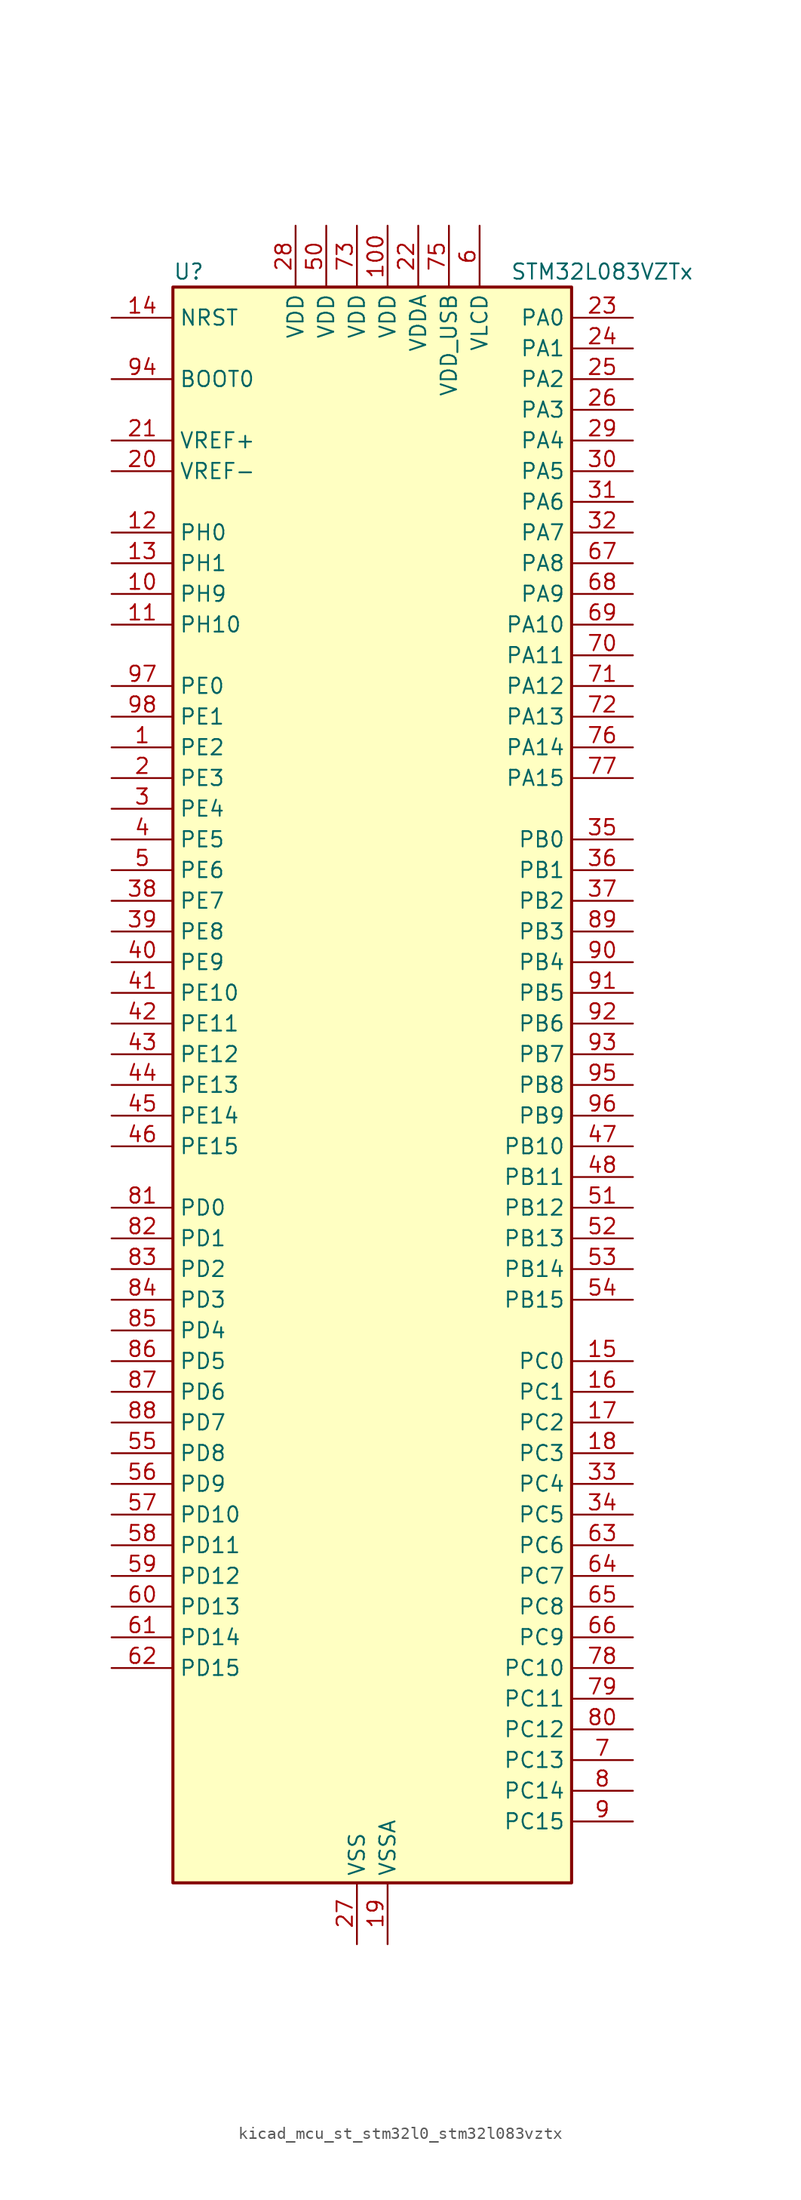
<source format=kicad_sym>
(kicad_symbol_lib
  (version 20220914)
  (generator kicad_symbol_editor)
  (symbol "kicad_mcu_st_stm32l0_stm32l083vztx"
    (property "Reference" "U"
      (at -15.24 67.31 0)
      (effects (font (size 1.27 1.27)) (justify left)))
    (property "Value" "STM32L083VZTx"
      (at 12.7 67.31 0)
      (effects (font (size 1.27 1.27)) (justify left)))
    (property "ki_locked" ""
      (at 0 0 0)
      (effects (font (size 1.27 1.27))))
    (symbol "kicad_mcu_st_stm32l0_stm32l083vztx_0_1"
      (rectangle (start -15.24 -66.04) (end 17.78 66.04) (stroke (width 0.254) (type default)) (fill (type background))))
    (symbol "kicad_mcu_st_stm32l0_stm32l083vztx_1_1"
      (pin bidirectional line (at -20.32 27.94 0) (length 5.08) (name "PE2" (effects (font (size 1.27 1.27)))) (number "1" (effects (font (size 1.27 1.27)))) (alternate "LCD_SEG38" bidirectional line) (alternate "TIM3_ETR" bidirectional line))
      (pin bidirectional line (at -20.32 40.64 0) (length 5.08) (name "PH9" (effects (font (size 1.27 1.27)))) (number "10" (effects (font (size 1.27 1.27)))) (alternate "DAC_EXTI9" bidirectional line))
      (pin power_in line (at 2.54 71.12 270) (length 5.08) (name "VDD" (effects (font (size 1.27 1.27)))) (number "100" (effects (font (size 1.27 1.27)))))
      (pin bidirectional line (at -20.32 38.1 0) (length 5.08) (name "PH10" (effects (font (size 1.27 1.27)))) (number "11" (effects (font (size 1.27 1.27)))))
      (pin bidirectional line (at -20.32 45.72 0) (length 5.08) (name "PH0" (effects (font (size 1.27 1.27)))) (number "12" (effects (font (size 1.27 1.27)))) (alternate "CRS_SYNC" bidirectional line) (alternate "RCC_OSC_IN" bidirectional line))
      (pin bidirectional line (at -20.32 43.18 0) (length 5.08) (name "PH1" (effects (font (size 1.27 1.27)))) (number "13" (effects (font (size 1.27 1.27)))) (alternate "RCC_OSC_OUT" bidirectional line))
      (pin input line (at -20.32 63.5 0) (length 5.08) (name "NRST" (effects (font (size 1.27 1.27)))) (number "14" (effects (font (size 1.27 1.27)))))
      (pin bidirectional line (at 22.86 -22.86 180) (length 5.08) (name "PC0" (effects (font (size 1.27 1.27)))) (number "15" (effects (font (size 1.27 1.27)))) (alternate "ADC_IN10" bidirectional line) (alternate "I2C3_SCL" bidirectional line) (alternate "LCD_SEG18" bidirectional line) (alternate "LPTIM1_IN1" bidirectional line) (alternate "LPUART1_RX" bidirectional line) (alternate "TSC_G7_IO1" bidirectional line))
      (pin bidirectional line (at 22.86 -25.4 180) (length 5.08) (name "PC1" (effects (font (size 1.27 1.27)))) (number "16" (effects (font (size 1.27 1.27)))) (alternate "ADC_IN11" bidirectional line) (alternate "I2C3_SDA" bidirectional line) (alternate "LCD_SEG19" bidirectional line) (alternate "LPTIM1_OUT" bidirectional line) (alternate "LPUART1_TX" bidirectional line) (alternate "TSC_G7_IO2" bidirectional line))
      (pin bidirectional line (at 22.86 -27.94 180) (length 5.08) (name "PC2" (effects (font (size 1.27 1.27)))) (number "17" (effects (font (size 1.27 1.27)))) (alternate "ADC_IN12" bidirectional line) (alternate "I2S2_MCK" bidirectional line) (alternate "LCD_SEG20" bidirectional line) (alternate "LPTIM1_IN2" bidirectional line) (alternate "SPI2_MISO" bidirectional line) (alternate "TSC_G7_IO3" bidirectional line))
      (pin bidirectional line (at 22.86 -30.48 180) (length 5.08) (name "PC3" (effects (font (size 1.27 1.27)))) (number "18" (effects (font (size 1.27 1.27)))) (alternate "ADC_IN13" bidirectional line) (alternate "I2S2_SD" bidirectional line) (alternate "LCD_SEG21" bidirectional line) (alternate "LPTIM1_ETR" bidirectional line) (alternate "SPI2_MOSI" bidirectional line) (alternate "TSC_G7_IO4" bidirectional line))
      (pin power_in line (at 2.54 -71.12 90) (length 5.08) (name "VSSA" (effects (font (size 1.27 1.27)))) (number "19" (effects (font (size 1.27 1.27)))))
      (pin bidirectional line (at -20.32 25.4 0) (length 5.08) (name "PE3" (effects (font (size 1.27 1.27)))) (number "2" (effects (font (size 1.27 1.27)))) (alternate "LCD_SEG39" bidirectional line) (alternate "TIM22_CH1" bidirectional line) (alternate "TIM3_CH1" bidirectional line))
      (pin input line (at -20.32 50.8 0) (length 5.08) (name "VREF-" (effects (font (size 1.27 1.27)))) (number "20" (effects (font (size 1.27 1.27)))))
      (pin input line (at -20.32 53.34 0) (length 5.08) (name "VREF+" (effects (font (size 1.27 1.27)))) (number "21" (effects (font (size 1.27 1.27)))))
      (pin power_in line (at 5.08 71.12 270) (length 5.08) (name "VDDA" (effects (font (size 1.27 1.27)))) (number "22" (effects (font (size 1.27 1.27)))))
      (pin bidirectional line (at 22.86 63.5 180) (length 5.08) (name "PA0" (effects (font (size 1.27 1.27)))) (number "23" (effects (font (size 1.27 1.27)))) (alternate "ADC_IN0" bidirectional line) (alternate "COMP1_INM" bidirectional line) (alternate "COMP1_OUT" bidirectional line) (alternate "RTC_TAMP2" bidirectional line) (alternate "SYS_WKUP1" bidirectional line) (alternate "TIM2_CH1" bidirectional line) (alternate "TIM2_ETR" bidirectional line) (alternate "TSC_G1_IO1" bidirectional line) (alternate "USART2_CTS" bidirectional line) (alternate "USART4_TX" bidirectional line))
      (pin bidirectional line (at 22.86 60.96 180) (length 5.08) (name "PA1" (effects (font (size 1.27 1.27)))) (number "24" (effects (font (size 1.27 1.27)))) (alternate "ADC_IN1" bidirectional line) (alternate "COMP1_INP" bidirectional line) (alternate "LCD_SEG0" bidirectional line) (alternate "TIM21_ETR" bidirectional line) (alternate "TIM2_CH2" bidirectional line) (alternate "TSC_G1_IO2" bidirectional line) (alternate "USART2_DE" bidirectional line) (alternate "USART2_RTS" bidirectional line) (alternate "USART4_RX" bidirectional line))
      (pin bidirectional line (at 22.86 58.42 180) (length 5.08) (name "PA2" (effects (font (size 1.27 1.27)))) (number "25" (effects (font (size 1.27 1.27)))) (alternate "ADC_IN2" bidirectional line) (alternate "COMP2_INM" bidirectional line) (alternate "COMP2_OUT" bidirectional line) (alternate "LCD_SEG1" bidirectional line) (alternate "LPUART1_TX" bidirectional line) (alternate "TIM21_CH1" bidirectional line) (alternate "TIM2_CH3" bidirectional line) (alternate "TSC_G1_IO3" bidirectional line) (alternate "USART2_TX" bidirectional line))
      (pin bidirectional line (at 22.86 55.88 180) (length 5.08) (name "PA3" (effects (font (size 1.27 1.27)))) (number "26" (effects (font (size 1.27 1.27)))) (alternate "ADC_IN3" bidirectional line) (alternate "COMP2_INP" bidirectional line) (alternate "LCD_SEG2" bidirectional line) (alternate "LPUART1_RX" bidirectional line) (alternate "TIM21_CH2" bidirectional line) (alternate "TIM2_CH4" bidirectional line) (alternate "TSC_G1_IO4" bidirectional line) (alternate "USART2_RX" bidirectional line))
      (pin power_in line (at 0 -71.12 90) (length 5.08) (name "VSS" (effects (font (size 1.27 1.27)))) (number "27" (effects (font (size 1.27 1.27)))))
      (pin power_in line (at -5.08 71.12 270) (length 5.08) (name "VDD" (effects (font (size 1.27 1.27)))) (number "28" (effects (font (size 1.27 1.27)))))
      (pin bidirectional line (at 22.86 53.34 180) (length 5.08) (name "PA4" (effects (font (size 1.27 1.27)))) (number "29" (effects (font (size 1.27 1.27)))) (alternate "ADC_IN4" bidirectional line) (alternate "COMP1_INM" bidirectional line) (alternate "COMP2_INM" bidirectional line) (alternate "DAC_OUT1" bidirectional line) (alternate "SPI1_NSS" bidirectional line) (alternate "TIM22_ETR" bidirectional line) (alternate "TSC_G2_IO1" bidirectional line) (alternate "USART2_CK" bidirectional line))
      (pin bidirectional line (at -20.32 22.86 0) (length 5.08) (name "PE4" (effects (font (size 1.27 1.27)))) (number "3" (effects (font (size 1.27 1.27)))) (alternate "TIM22_CH2" bidirectional line) (alternate "TIM3_CH2" bidirectional line))
      (pin bidirectional line (at 22.86 50.8 180) (length 5.08) (name "PA5" (effects (font (size 1.27 1.27)))) (number "30" (effects (font (size 1.27 1.27)))) (alternate "ADC_IN5" bidirectional line) (alternate "COMP1_INM" bidirectional line) (alternate "COMP2_INM" bidirectional line) (alternate "DAC_OUT2" bidirectional line) (alternate "SPI1_SCK" bidirectional line) (alternate "TIM2_CH1" bidirectional line) (alternate "TIM2_ETR" bidirectional line) (alternate "TSC_G2_IO2" bidirectional line))
      (pin bidirectional line (at 22.86 48.26 180) (length 5.08) (name "PA6" (effects (font (size 1.27 1.27)))) (number "31" (effects (font (size 1.27 1.27)))) (alternate "ADC_IN6" bidirectional line) (alternate "COMP1_OUT" bidirectional line) (alternate "LCD_SEG3" bidirectional line) (alternate "LPUART1_CTS" bidirectional line) (alternate "SPI1_MISO" bidirectional line) (alternate "TIM22_CH1" bidirectional line) (alternate "TIM3_CH1" bidirectional line) (alternate "TSC_G2_IO3" bidirectional line))
      (pin bidirectional line (at 22.86 45.72 180) (length 5.08) (name "PA7" (effects (font (size 1.27 1.27)))) (number "32" (effects (font (size 1.27 1.27)))) (alternate "ADC_IN7" bidirectional line) (alternate "COMP2_OUT" bidirectional line) (alternate "LCD_SEG4" bidirectional line) (alternate "SPI1_MOSI" bidirectional line) (alternate "TIM22_CH2" bidirectional line) (alternate "TIM3_CH2" bidirectional line) (alternate "TSC_G2_IO4" bidirectional line))
      (pin bidirectional line (at 22.86 -33.02 180) (length 5.08) (name "PC4" (effects (font (size 1.27 1.27)))) (number "33" (effects (font (size 1.27 1.27)))) (alternate "ADC_IN14" bidirectional line) (alternate "LCD_SEG22" bidirectional line) (alternate "LPUART1_TX" bidirectional line))
      (pin bidirectional line (at 22.86 -35.56 180) (length 5.08) (name "PC5" (effects (font (size 1.27 1.27)))) (number "34" (effects (font (size 1.27 1.27)))) (alternate "ADC_IN15" bidirectional line) (alternate "LCD_SEG23" bidirectional line) (alternate "LPUART1_RX" bidirectional line) (alternate "TSC_G3_IO1" bidirectional line))
      (pin bidirectional line (at 22.86 20.32 180) (length 5.08) (name "PB0" (effects (font (size 1.27 1.27)))) (number "35" (effects (font (size 1.27 1.27)))) (alternate "ADC_IN8" bidirectional line) (alternate "LCD_SEG5" bidirectional line) (alternate "LCD_VLCD3" bidirectional line) (alternate "SYS_VREF_OUT_PB0" bidirectional line) (alternate "TIM3_CH3" bidirectional line) (alternate "TSC_G3_IO2" bidirectional line))
      (pin bidirectional line (at 22.86 17.78 180) (length 5.08) (name "PB1" (effects (font (size 1.27 1.27)))) (number "36" (effects (font (size 1.27 1.27)))) (alternate "ADC_IN9" bidirectional line) (alternate "LCD_SEG6" bidirectional line) (alternate "LPUART1_DE" bidirectional line) (alternate "LPUART1_RTS" bidirectional line) (alternate "SYS_VREF_OUT_PB1" bidirectional line) (alternate "TIM3_CH4" bidirectional line) (alternate "TSC_G3_IO3" bidirectional line))
      (pin bidirectional line (at 22.86 15.24 180) (length 5.08) (name "PB2" (effects (font (size 1.27 1.27)))) (number "37" (effects (font (size 1.27 1.27)))) (alternate "I2C3_SMBA" bidirectional line) (alternate "LCD_VLCD2" bidirectional line) (alternate "LPTIM1_OUT" bidirectional line) (alternate "TSC_G3_IO4" bidirectional line))
      (pin bidirectional line (at -20.32 15.24 0) (length 5.08) (name "PE7" (effects (font (size 1.27 1.27)))) (number "38" (effects (font (size 1.27 1.27)))) (alternate "LCD_SEG45" bidirectional line) (alternate "USART5_CK" bidirectional line) (alternate "USART5_DE" bidirectional line) (alternate "USART5_RTS" bidirectional line))
      (pin bidirectional line (at -20.32 12.7 0) (length 5.08) (name "PE8" (effects (font (size 1.27 1.27)))) (number "39" (effects (font (size 1.27 1.27)))) (alternate "LCD_SEG46" bidirectional line) (alternate "USART4_TX" bidirectional line))
      (pin bidirectional line (at -20.32 20.32 0) (length 5.08) (name "PE5" (effects (font (size 1.27 1.27)))) (number "4" (effects (font (size 1.27 1.27)))) (alternate "TIM21_CH1" bidirectional line) (alternate "TIM3_CH3" bidirectional line))
      (pin bidirectional line (at -20.32 10.16 0) (length 5.08) (name "PE9" (effects (font (size 1.27 1.27)))) (number "40" (effects (font (size 1.27 1.27)))) (alternate "DAC_EXTI9" bidirectional line) (alternate "LCD_SEG47" bidirectional line) (alternate "TIM2_CH1" bidirectional line) (alternate "TIM2_ETR" bidirectional line) (alternate "USART4_RX" bidirectional line))
      (pin bidirectional line (at -20.32 7.62 0) (length 5.08) (name "PE10" (effects (font (size 1.27 1.27)))) (number "41" (effects (font (size 1.27 1.27)))) (alternate "LCD_SEG40" bidirectional line) (alternate "TIM2_CH2" bidirectional line) (alternate "USART5_TX" bidirectional line))
      (pin bidirectional line (at -20.32 5.08 0) (length 5.08) (name "PE11" (effects (font (size 1.27 1.27)))) (number "42" (effects (font (size 1.27 1.27)))) (alternate "ADC_EXTI11" bidirectional line) (alternate "LCD_VLCD1" bidirectional line) (alternate "TIM2_CH3" bidirectional line) (alternate "USART5_RX" bidirectional line))
      (pin bidirectional line (at -20.32 2.54 0) (length 5.08) (name "PE12" (effects (font (size 1.27 1.27)))) (number "43" (effects (font (size 1.27 1.27)))) (alternate "LCD_VLCD3" bidirectional line) (alternate "SPI1_NSS" bidirectional line) (alternate "TIM2_CH4" bidirectional line))
      (pin bidirectional line (at -20.32 0 0) (length 5.08) (name "PE13" (effects (font (size 1.27 1.27)))) (number "44" (effects (font (size 1.27 1.27)))) (alternate "LCD_SEG41" bidirectional line) (alternate "SPI1_SCK" bidirectional line))
      (pin bidirectional line (at -20.32 -2.54 0) (length 5.08) (name "PE14" (effects (font (size 1.27 1.27)))) (number "45" (effects (font (size 1.27 1.27)))) (alternate "LCD_SEG42" bidirectional line) (alternate "SPI1_MISO" bidirectional line))
      (pin bidirectional line (at -20.32 -5.08 0) (length 5.08) (name "PE15" (effects (font (size 1.27 1.27)))) (number "46" (effects (font (size 1.27 1.27)))) (alternate "LCD_SEG43" bidirectional line) (alternate "SPI1_MOSI" bidirectional line))
      (pin bidirectional line (at 22.86 -5.08 180) (length 5.08) (name "PB10" (effects (font (size 1.27 1.27)))) (number "47" (effects (font (size 1.27 1.27)))) (alternate "I2C2_SCL" bidirectional line) (alternate "LCD_SEG10" bidirectional line) (alternate "LPUART1_RX" bidirectional line) (alternate "LPUART1_TX" bidirectional line) (alternate "SPI2_SCK" bidirectional line) (alternate "TIM2_CH3" bidirectional line) (alternate "TSC_SYNC" bidirectional line))
      (pin bidirectional line (at 22.86 -7.62 180) (length 5.08) (name "PB11" (effects (font (size 1.27 1.27)))) (number "48" (effects (font (size 1.27 1.27)))) (alternate "ADC_EXTI11" bidirectional line) (alternate "I2C2_SDA" bidirectional line) (alternate "LCD_SEG11" bidirectional line) (alternate "LPUART1_RX" bidirectional line) (alternate "LPUART1_TX" bidirectional line) (alternate "TIM2_CH4" bidirectional line) (alternate "TSC_G6_IO1" bidirectional line))
      (pin passive line (at 0 -71.12 90) (length 5.08) hide (name "VSS" (effects (font (size 1.27 1.27)))) (number "49" (effects (font (size 1.27 1.27)))))
      (pin bidirectional line (at -20.32 17.78 0) (length 5.08) (name "PE6" (effects (font (size 1.27 1.27)))) (number "5" (effects (font (size 1.27 1.27)))) (alternate "RTC_TAMP3" bidirectional line) (alternate "SYS_WKUP3" bidirectional line) (alternate "TIM21_CH2" bidirectional line) (alternate "TIM3_CH4" bidirectional line))
      (pin power_in line (at -2.54 71.12 270) (length 5.08) (name "VDD" (effects (font (size 1.27 1.27)))) (number "50" (effects (font (size 1.27 1.27)))))
      (pin bidirectional line (at 22.86 -10.16 180) (length 5.08) (name "PB12" (effects (font (size 1.27 1.27)))) (number "51" (effects (font (size 1.27 1.27)))) (alternate "I2S2_WS" bidirectional line) (alternate "LCD_SEG12" bidirectional line) (alternate "LCD_VLCD2" bidirectional line) (alternate "LPUART1_DE" bidirectional line) (alternate "LPUART1_RTS" bidirectional line) (alternate "SPI2_NSS" bidirectional line) (alternate "TSC_G6_IO2" bidirectional line))
      (pin bidirectional line (at 22.86 -12.7 180) (length 5.08) (name "PB13" (effects (font (size 1.27 1.27)))) (number "52" (effects (font (size 1.27 1.27)))) (alternate "I2C2_SCL" bidirectional line) (alternate "I2S2_CK" bidirectional line) (alternate "LCD_SEG13" bidirectional line) (alternate "LPUART1_CTS" bidirectional line) (alternate "RCC_MCO" bidirectional line) (alternate "SPI2_SCK" bidirectional line) (alternate "TIM21_CH1" bidirectional line) (alternate "TSC_G6_IO3" bidirectional line))
      (pin bidirectional line (at 22.86 -15.24 180) (length 5.08) (name "PB14" (effects (font (size 1.27 1.27)))) (number "53" (effects (font (size 1.27 1.27)))) (alternate "I2C2_SDA" bidirectional line) (alternate "I2S2_MCK" bidirectional line) (alternate "LCD_SEG14" bidirectional line) (alternate "LPUART1_DE" bidirectional line) (alternate "LPUART1_RTS" bidirectional line) (alternate "RTC_OUT_ALARM" bidirectional line) (alternate "RTC_OUT_CALIB" bidirectional line) (alternate "SPI2_MISO" bidirectional line) (alternate "TIM21_CH2" bidirectional line) (alternate "TSC_G6_IO4" bidirectional line))
      (pin bidirectional line (at 22.86 -17.78 180) (length 5.08) (name "PB15" (effects (font (size 1.27 1.27)))) (number "54" (effects (font (size 1.27 1.27)))) (alternate "I2S2_SD" bidirectional line) (alternate "LCD_SEG15" bidirectional line) (alternate "RTC_REFIN" bidirectional line) (alternate "SPI2_MOSI" bidirectional line))
      (pin bidirectional line (at -20.32 -30.48 0) (length 5.08) (name "PD8" (effects (font (size 1.27 1.27)))) (number "55" (effects (font (size 1.27 1.27)))) (alternate "LCD_SEG28" bidirectional line) (alternate "LPUART1_TX" bidirectional line))
      (pin bidirectional line (at -20.32 -33.02 0) (length 5.08) (name "PD9" (effects (font (size 1.27 1.27)))) (number "56" (effects (font (size 1.27 1.27)))) (alternate "DAC_EXTI9" bidirectional line) (alternate "LCD_SEG29" bidirectional line) (alternate "LPUART1_RX" bidirectional line))
      (pin bidirectional line (at -20.32 -35.56 0) (length 5.08) (name "PD10" (effects (font (size 1.27 1.27)))) (number "57" (effects (font (size 1.27 1.27)))) (alternate "LCD_SEG30" bidirectional line))
      (pin bidirectional line (at -20.32 -38.1 0) (length 5.08) (name "PD11" (effects (font (size 1.27 1.27)))) (number "58" (effects (font (size 1.27 1.27)))) (alternate "ADC_EXTI11" bidirectional line) (alternate "LCD_SEG31" bidirectional line) (alternate "LPUART1_CTS" bidirectional line))
      (pin bidirectional line (at -20.32 -40.64 0) (length 5.08) (name "PD12" (effects (font (size 1.27 1.27)))) (number "59" (effects (font (size 1.27 1.27)))) (alternate "LCD_SEG32" bidirectional line) (alternate "LPUART1_DE" bidirectional line) (alternate "LPUART1_RTS" bidirectional line))
      (pin power_in line (at 10.16 71.12 270) (length 5.08) (name "VLCD" (effects (font (size 1.27 1.27)))) (number "6" (effects (font (size 1.27 1.27)))))
      (pin bidirectional line (at -20.32 -43.18 0) (length 5.08) (name "PD13" (effects (font (size 1.27 1.27)))) (number "60" (effects (font (size 1.27 1.27)))) (alternate "LCD_SEG33" bidirectional line))
      (pin bidirectional line (at -20.32 -45.72 0) (length 5.08) (name "PD14" (effects (font (size 1.27 1.27)))) (number "61" (effects (font (size 1.27 1.27)))) (alternate "LCD_SEG34" bidirectional line))
      (pin bidirectional line (at -20.32 -48.26 0) (length 5.08) (name "PD15" (effects (font (size 1.27 1.27)))) (number "62" (effects (font (size 1.27 1.27)))) (alternate "CRS_SYNC" bidirectional line) (alternate "LCD_SEG35" bidirectional line))
      (pin bidirectional line (at 22.86 -38.1 180) (length 5.08) (name "PC6" (effects (font (size 1.27 1.27)))) (number "63" (effects (font (size 1.27 1.27)))) (alternate "LCD_SEG24" bidirectional line) (alternate "TIM22_CH1" bidirectional line) (alternate "TIM3_CH1" bidirectional line) (alternate "TSC_G8_IO1" bidirectional line))
      (pin bidirectional line (at 22.86 -40.64 180) (length 5.08) (name "PC7" (effects (font (size 1.27 1.27)))) (number "64" (effects (font (size 1.27 1.27)))) (alternate "LCD_SEG25" bidirectional line) (alternate "TIM22_CH2" bidirectional line) (alternate "TIM3_CH2" bidirectional line) (alternate "TSC_G8_IO2" bidirectional line))
      (pin bidirectional line (at 22.86 -43.18 180) (length 5.08) (name "PC8" (effects (font (size 1.27 1.27)))) (number "65" (effects (font (size 1.27 1.27)))) (alternate "LCD_SEG26" bidirectional line) (alternate "TIM22_ETR" bidirectional line) (alternate "TIM3_CH3" bidirectional line) (alternate "TSC_G8_IO3" bidirectional line))
      (pin bidirectional line (at 22.86 -45.72 180) (length 5.08) (name "PC9" (effects (font (size 1.27 1.27)))) (number "66" (effects (font (size 1.27 1.27)))) (alternate "DAC_EXTI9" bidirectional line) (alternate "I2C3_SDA" bidirectional line) (alternate "LCD_SEG27" bidirectional line) (alternate "TIM21_ETR" bidirectional line) (alternate "TIM3_CH4" bidirectional line) (alternate "TSC_G8_IO4" bidirectional line) (alternate "USB_NOE" bidirectional line))
      (pin bidirectional line (at 22.86 43.18 180) (length 5.08) (name "PA8" (effects (font (size 1.27 1.27)))) (number "67" (effects (font (size 1.27 1.27)))) (alternate "CRS_SYNC" bidirectional line) (alternate "I2C3_SCL" bidirectional line) (alternate "LCD_COM0" bidirectional line) (alternate "RCC_MCO" bidirectional line) (alternate "USART1_CK" bidirectional line))
      (pin bidirectional line (at 22.86 40.64 180) (length 5.08) (name "PA9" (effects (font (size 1.27 1.27)))) (number "68" (effects (font (size 1.27 1.27)))) (alternate "DAC_EXTI9" bidirectional line) (alternate "I2C1_SCL" bidirectional line) (alternate "I2C3_SMBA" bidirectional line) (alternate "LCD_COM1" bidirectional line) (alternate "RCC_MCO" bidirectional line) (alternate "TSC_G4_IO1" bidirectional line) (alternate "USART1_TX" bidirectional line))
      (pin bidirectional line (at 22.86 38.1 180) (length 5.08) (name "PA10" (effects (font (size 1.27 1.27)))) (number "69" (effects (font (size 1.27 1.27)))) (alternate "I2C1_SDA" bidirectional line) (alternate "LCD_COM2" bidirectional line) (alternate "TSC_G4_IO2" bidirectional line) (alternate "USART1_RX" bidirectional line))
      (pin bidirectional line (at 22.86 -55.88 180) (length 5.08) (name "PC13" (effects (font (size 1.27 1.27)))) (number "7" (effects (font (size 1.27 1.27)))) (alternate "RTC_OUT_ALARM" bidirectional line) (alternate "RTC_OUT_CALIB" bidirectional line) (alternate "RTC_TAMP1" bidirectional line) (alternate "RTC_TS" bidirectional line) (alternate "SYS_WKUP2" bidirectional line))
      (pin bidirectional line (at 22.86 35.56 180) (length 5.08) (name "PA11" (effects (font (size 1.27 1.27)))) (number "70" (effects (font (size 1.27 1.27)))) (alternate "ADC_EXTI11" bidirectional line) (alternate "COMP1_OUT" bidirectional line) (alternate "SPI1_MISO" bidirectional line) (alternate "TSC_G4_IO3" bidirectional line) (alternate "USART1_CTS" bidirectional line) (alternate "USB_DM" bidirectional line))
      (pin bidirectional line (at 22.86 33.02 180) (length 5.08) (name "PA12" (effects (font (size 1.27 1.27)))) (number "71" (effects (font (size 1.27 1.27)))) (alternate "COMP2_OUT" bidirectional line) (alternate "SPI1_MOSI" bidirectional line) (alternate "TSC_G4_IO4" bidirectional line) (alternate "USART1_DE" bidirectional line) (alternate "USART1_RTS" bidirectional line) (alternate "USB_DP" bidirectional line))
      (pin bidirectional line (at 22.86 30.48 180) (length 5.08) (name "PA13" (effects (font (size 1.27 1.27)))) (number "72" (effects (font (size 1.27 1.27)))) (alternate "LPUART1_RX" bidirectional line) (alternate "SYS_SWDIO" bidirectional line) (alternate "USB_NOE" bidirectional line))
      (pin power_in line (at 0 71.12 270) (length 5.08) (name "VDD" (effects (font (size 1.27 1.27)))) (number "73" (effects (font (size 1.27 1.27)))))
      (pin passive line (at 0 -71.12 90) (length 5.08) hide (name "VSS" (effects (font (size 1.27 1.27)))) (number "74" (effects (font (size 1.27 1.27)))))
      (pin power_in line (at 7.62 71.12 270) (length 5.08) (name "VDD_USB" (effects (font (size 1.27 1.27)))) (number "75" (effects (font (size 1.27 1.27)))))
      (pin bidirectional line (at 22.86 27.94 180) (length 5.08) (name "PA14" (effects (font (size 1.27 1.27)))) (number "76" (effects (font (size 1.27 1.27)))) (alternate "LPUART1_TX" bidirectional line) (alternate "SYS_SWCLK" bidirectional line) (alternate "USART2_TX" bidirectional line))
      (pin bidirectional line (at 22.86 25.4 180) (length 5.08) (name "PA15" (effects (font (size 1.27 1.27)))) (number "77" (effects (font (size 1.27 1.27)))) (alternate "LCD_SEG17" bidirectional line) (alternate "SPI1_NSS" bidirectional line) (alternate "TIM2_CH1" bidirectional line) (alternate "TIM2_ETR" bidirectional line) (alternate "USART2_RX" bidirectional line) (alternate "USART4_DE" bidirectional line) (alternate "USART4_RTS" bidirectional line))
      (pin bidirectional line (at 22.86 -48.26 180) (length 5.08) (name "PC10" (effects (font (size 1.27 1.27)))) (number "78" (effects (font (size 1.27 1.27)))) (alternate "LCD_COM4" bidirectional line) (alternate "LCD_SEG28" bidirectional line) (alternate "LCD_SEG48" bidirectional line) (alternate "LPUART1_TX" bidirectional line) (alternate "USART4_TX" bidirectional line))
      (pin bidirectional line (at 22.86 -50.8 180) (length 5.08) (name "PC11" (effects (font (size 1.27 1.27)))) (number "79" (effects (font (size 1.27 1.27)))) (alternate "ADC_EXTI11" bidirectional line) (alternate "LCD_COM5" bidirectional line) (alternate "LCD_SEG29" bidirectional line) (alternate "LCD_SEG49" bidirectional line) (alternate "LPUART1_RX" bidirectional line) (alternate "USART4_RX" bidirectional line))
      (pin bidirectional line (at 22.86 -58.42 180) (length 5.08) (name "PC14" (effects (font (size 1.27 1.27)))) (number "8" (effects (font (size 1.27 1.27)))) (alternate "RCC_OSC32_IN" bidirectional line))
      (pin bidirectional line (at 22.86 -53.34 180) (length 5.08) (name "PC12" (effects (font (size 1.27 1.27)))) (number "80" (effects (font (size 1.27 1.27)))) (alternate "LCD_COM6" bidirectional line) (alternate "LCD_SEG30" bidirectional line) (alternate "LCD_SEG50" bidirectional line) (alternate "USART4_CK" bidirectional line) (alternate "USART5_TX" bidirectional line))
      (pin bidirectional line (at -20.32 -10.16 0) (length 5.08) (name "PD0" (effects (font (size 1.27 1.27)))) (number "81" (effects (font (size 1.27 1.27)))) (alternate "I2S2_WS" bidirectional line) (alternate "SPI2_NSS" bidirectional line) (alternate "TIM21_CH1" bidirectional line))
      (pin bidirectional line (at -20.32 -12.7 0) (length 5.08) (name "PD1" (effects (font (size 1.27 1.27)))) (number "82" (effects (font (size 1.27 1.27)))) (alternate "I2S2_CK" bidirectional line) (alternate "SPI2_SCK" bidirectional line))
      (pin bidirectional line (at -20.32 -15.24 0) (length 5.08) (name "PD2" (effects (font (size 1.27 1.27)))) (number "83" (effects (font (size 1.27 1.27)))) (alternate "LCD_COM7" bidirectional line) (alternate "LCD_SEG31" bidirectional line) (alternate "LCD_SEG51" bidirectional line) (alternate "LPUART1_DE" bidirectional line) (alternate "LPUART1_RTS" bidirectional line) (alternate "TIM3_ETR" bidirectional line) (alternate "USART5_RX" bidirectional line))
      (pin bidirectional line (at -20.32 -17.78 0) (length 5.08) (name "PD3" (effects (font (size 1.27 1.27)))) (number "84" (effects (font (size 1.27 1.27)))) (alternate "I2S2_MCK" bidirectional line) (alternate "LCD_SEG44" bidirectional line) (alternate "SPI2_MISO" bidirectional line) (alternate "USART2_CTS" bidirectional line))
      (pin bidirectional line (at -20.32 -20.32 0) (length 5.08) (name "PD4" (effects (font (size 1.27 1.27)))) (number "85" (effects (font (size 1.27 1.27)))) (alternate "I2S2_SD" bidirectional line) (alternate "SPI2_MOSI" bidirectional line) (alternate "USART2_DE" bidirectional line) (alternate "USART2_RTS" bidirectional line))
      (pin bidirectional line (at -20.32 -22.86 0) (length 5.08) (name "PD5" (effects (font (size 1.27 1.27)))) (number "86" (effects (font (size 1.27 1.27)))) (alternate "USART2_TX" bidirectional line))
      (pin bidirectional line (at -20.32 -25.4 0) (length 5.08) (name "PD6" (effects (font (size 1.27 1.27)))) (number "87" (effects (font (size 1.27 1.27)))) (alternate "USART2_RX" bidirectional line))
      (pin bidirectional line (at -20.32 -27.94 0) (length 5.08) (name "PD7" (effects (font (size 1.27 1.27)))) (number "88" (effects (font (size 1.27 1.27)))) (alternate "TIM21_CH2" bidirectional line) (alternate "USART2_CK" bidirectional line))
      (pin bidirectional line (at 22.86 12.7 180) (length 5.08) (name "PB3" (effects (font (size 1.27 1.27)))) (number "89" (effects (font (size 1.27 1.27)))) (alternate "COMP2_INM" bidirectional line) (alternate "LCD_SEG7" bidirectional line) (alternate "SPI1_SCK" bidirectional line) (alternate "TIM2_CH2" bidirectional line) (alternate "TSC_G5_IO1" bidirectional line) (alternate "USART1_DE" bidirectional line) (alternate "USART1_RTS" bidirectional line) (alternate "USART5_TX" bidirectional line))
      (pin bidirectional line (at 22.86 -60.96 180) (length 5.08) (name "PC15" (effects (font (size 1.27 1.27)))) (number "9" (effects (font (size 1.27 1.27)))) (alternate "RCC_OSC32_OUT" bidirectional line))
      (pin bidirectional line (at 22.86 10.16 180) (length 5.08) (name "PB4" (effects (font (size 1.27 1.27)))) (number "90" (effects (font (size 1.27 1.27)))) (alternate "COMP2_INP" bidirectional line) (alternate "I2C3_SDA" bidirectional line) (alternate "LCD_SEG8" bidirectional line) (alternate "SPI1_MISO" bidirectional line) (alternate "TIM22_CH1" bidirectional line) (alternate "TIM3_CH1" bidirectional line) (alternate "TSC_G5_IO2" bidirectional line) (alternate "USART1_CTS" bidirectional line) (alternate "USART5_RX" bidirectional line))
      (pin bidirectional line (at 22.86 7.62 180) (length 5.08) (name "PB5" (effects (font (size 1.27 1.27)))) (number "91" (effects (font (size 1.27 1.27)))) (alternate "COMP2_INP" bidirectional line) (alternate "I2C1_SMBA" bidirectional line) (alternate "LCD_SEG9" bidirectional line) (alternate "LPTIM1_IN1" bidirectional line) (alternate "SPI1_MOSI" bidirectional line) (alternate "TIM22_CH2" bidirectional line) (alternate "TIM3_CH2" bidirectional line) (alternate "USART1_CK" bidirectional line) (alternate "USART5_CK" bidirectional line) (alternate "USART5_DE" bidirectional line) (alternate "USART5_RTS" bidirectional line))
      (pin bidirectional line (at 22.86 5.08 180) (length 5.08) (name "PB6" (effects (font (size 1.27 1.27)))) (number "92" (effects (font (size 1.27 1.27)))) (alternate "COMP2_INP" bidirectional line) (alternate "I2C1_SCL" bidirectional line) (alternate "LPTIM1_ETR" bidirectional line) (alternate "TSC_G5_IO3" bidirectional line) (alternate "USART1_TX" bidirectional line))
      (pin bidirectional line (at 22.86 2.54 180) (length 5.08) (name "PB7" (effects (font (size 1.27 1.27)))) (number "93" (effects (font (size 1.27 1.27)))) (alternate "COMP2_INP" bidirectional line) (alternate "I2C1_SDA" bidirectional line) (alternate "LPTIM1_IN2" bidirectional line) (alternate "SYS_PVD_IN" bidirectional line) (alternate "TSC_G5_IO4" bidirectional line) (alternate "USART1_RX" bidirectional line) (alternate "USART4_CTS" bidirectional line))
      (pin input line (at -20.32 58.42 0) (length 5.08) (name "BOOT0" (effects (font (size 1.27 1.27)))) (number "94" (effects (font (size 1.27 1.27)))))
      (pin bidirectional line (at 22.86 0 180) (length 5.08) (name "PB8" (effects (font (size 1.27 1.27)))) (number "95" (effects (font (size 1.27 1.27)))) (alternate "I2C1_SCL" bidirectional line) (alternate "LCD_SEG16" bidirectional line) (alternate "TSC_SYNC" bidirectional line))
      (pin bidirectional line (at 22.86 -2.54 180) (length 5.08) (name "PB9" (effects (font (size 1.27 1.27)))) (number "96" (effects (font (size 1.27 1.27)))) (alternate "DAC_EXTI9" bidirectional line) (alternate "I2C1_SDA" bidirectional line) (alternate "I2S2_WS" bidirectional line) (alternate "LCD_COM3" bidirectional line) (alternate "SPI2_NSS" bidirectional line))
      (pin bidirectional line (at -20.32 33.02 0) (length 5.08) (name "PE0" (effects (font (size 1.27 1.27)))) (number "97" (effects (font (size 1.27 1.27)))) (alternate "LCD_SEG36" bidirectional line))
      (pin bidirectional line (at -20.32 30.48 0) (length 5.08) (name "PE1" (effects (font (size 1.27 1.27)))) (number "98" (effects (font (size 1.27 1.27)))) (alternate "LCD_SEG37" bidirectional line))
      (pin passive line (at 0 -71.12 90) (length 5.08) hide (name "VSS" (effects (font (size 1.27 1.27)))) (number "99" (effects (font (size 1.27 1.27))))))))
</source>
